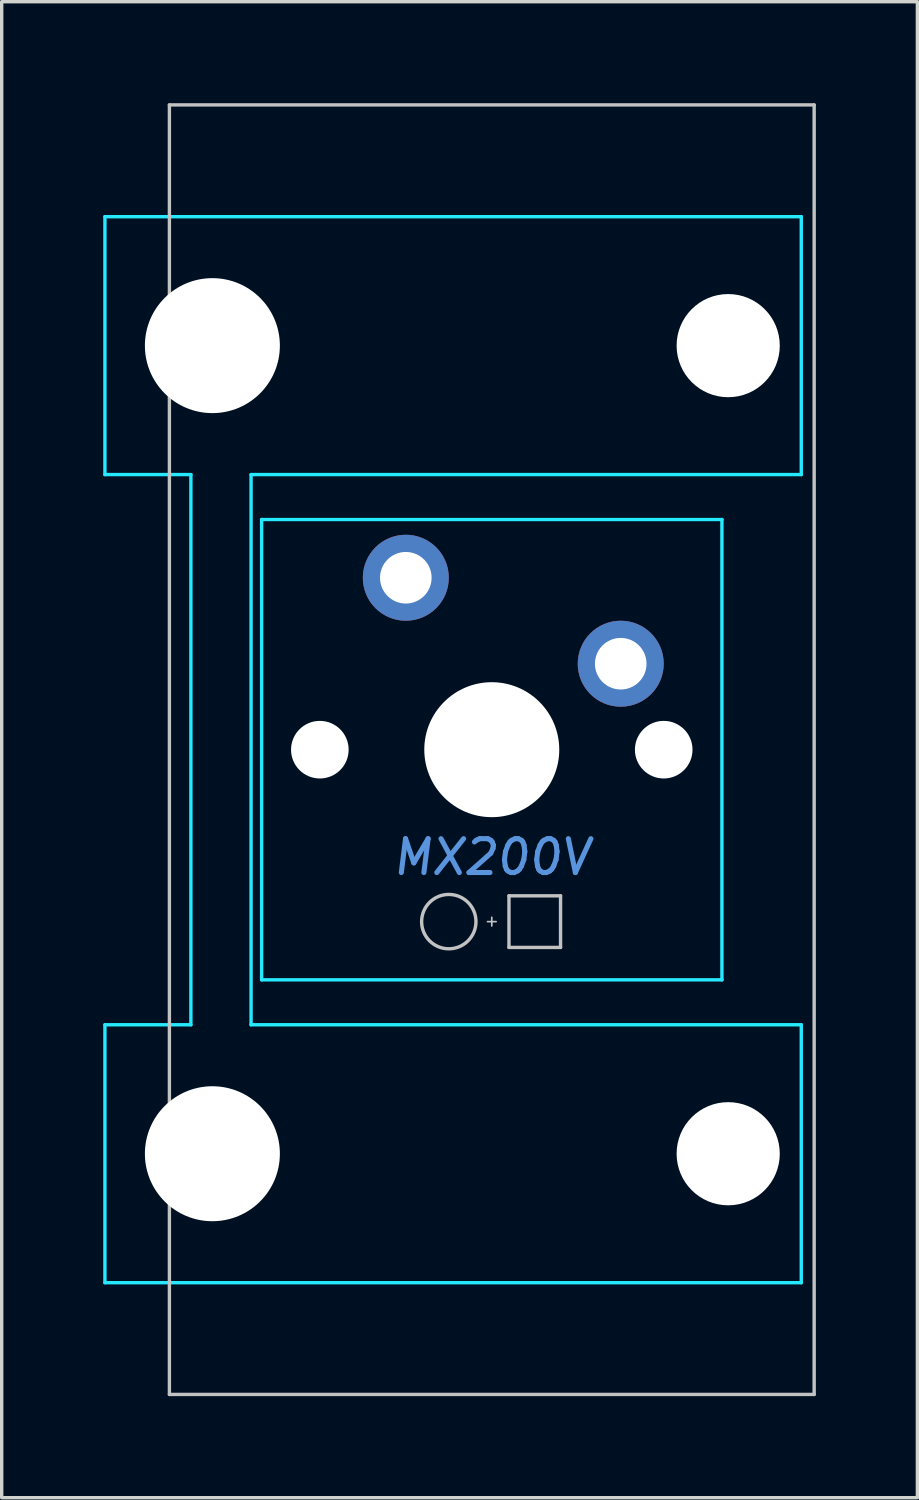
<source format=kicad_pcb>
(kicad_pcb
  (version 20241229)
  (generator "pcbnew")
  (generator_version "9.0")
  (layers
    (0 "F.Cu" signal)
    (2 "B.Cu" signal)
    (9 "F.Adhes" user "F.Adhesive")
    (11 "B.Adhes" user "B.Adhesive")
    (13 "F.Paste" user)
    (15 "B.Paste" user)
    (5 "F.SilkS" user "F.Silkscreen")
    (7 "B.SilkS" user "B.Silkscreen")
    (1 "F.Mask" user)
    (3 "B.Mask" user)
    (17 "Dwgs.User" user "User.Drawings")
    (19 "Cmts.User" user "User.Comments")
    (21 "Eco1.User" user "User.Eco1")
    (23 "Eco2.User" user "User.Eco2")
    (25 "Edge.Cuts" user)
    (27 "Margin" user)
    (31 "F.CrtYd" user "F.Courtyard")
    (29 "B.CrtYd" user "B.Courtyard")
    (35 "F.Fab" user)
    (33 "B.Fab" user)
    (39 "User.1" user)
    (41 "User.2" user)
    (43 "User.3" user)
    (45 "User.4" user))
  (footprint "MX200V"
    (layer "F.Cu")
    (at 11.48 19.1)
    (property "Reference" "MX200V" (at 0 3.175 0) (layer "Cmts.User") (effects (font (size 1 1) (thickness 0.15) (italic yes))))
    (attr through_hole)
    (fp_line (start -9.525 -19.05) (end -9.525 19.05) (stroke (width 0.1) (type solid)) (layer "Dwgs.User"))
    (fp_line (start -0.127 5.08) (end 0.127 5.08) (stroke (width 0.05) (type solid)) (layer "Dwgs.User"))
    (fp_line (start 0 5.207) (end 0 4.953) (stroke (width 0.05) (type solid)) (layer "Dwgs.User"))
    (fp_line (start 0.508 4.318) (end 0.508 5.842) (stroke (width 0.1) (type solid)) (layer "Dwgs.User"))
    (fp_line (start 0.508 4.318) (end 2.032 4.318) (stroke (width 0.1) (type solid)) (layer "Dwgs.User"))
    (fp_line (start 0.508 5.842) (end 2.032 5.842) (stroke (width 0.1) (type solid)) (layer "Dwgs.User"))
    (fp_line (start 2.032 5.842) (end 2.032 4.318) (stroke (width 0.1) (type solid)) (layer "Dwgs.User"))
    (fp_line (start 9.525 -19.05) (end -9.525 -19.05) (stroke (width 0.1) (type solid)) (layer "Dwgs.User"))
    (fp_line (start 9.525 -19.05) (end 9.525 19.05) (stroke (width 0.1) (type solid)) (layer "Dwgs.User"))
    (fp_line (start 9.525 19.05) (end -9.525 19.05) (stroke (width 0.1) (type solid)) (layer "Dwgs.User"))
    (fp_circle (center -1.27 5.08) (end -0.467 5.08) (stroke (width 0.1) (type solid)) (fill no) (layer "Dwgs.User"))
    (fp_line (start -7.772 -11.684) (end -7.772 -13.97) (stroke (width 0.1) (type solid)) (layer "Eco1.User"))
    (fp_line (start -7.772 11.684) (end -7.772 13.97) (stroke (width 0.1) (type solid)) (layer "Eco1.User"))
    (fp_line (start -7.391 -14.351) (end -6.985 -14.351) (stroke (width 0.1) (type solid)) (layer "Eco1.User"))
    (fp_line (start -7.391 14.351) (end -6.985 14.351) (stroke (width 0.1) (type solid)) (layer "Eco1.User"))
    (fp_line (start -6.985 -11.303) (end -7.391 -11.303) (stroke (width 0.1) (type solid)) (layer "Eco1.User"))
    (fp_line (start -6.985 11.303) (end -7.391 11.303) (stroke (width 0.1) (type solid)) (layer "Eco1.User"))
    (fp_line (start -6.985 6.604) (end -6.985 -6.604) (stroke (width 0.1) (type solid)) (layer "Eco1.User"))
    (fp_line (start -6.604 -14.732) (end -6.604 -15.773) (stroke (width 0.1) (type solid)) (layer "Eco1.User"))
    (fp_line (start -6.604 -9.881) (end -6.604 -10.922) (stroke (width 0.1) (type solid)) (layer "Eco1.User"))
    (fp_line (start -6.604 9.881) (end -6.604 10.922) (stroke (width 0.1) (type solid)) (layer "Eco1.User"))
    (fp_line (start -6.604 14.732) (end -6.604 15.773) (stroke (width 0.1) (type solid)) (layer "Eco1.User"))
    (fp_line (start -6.604 -6.985) (end -6.197 -6.985) (stroke (width 0.1) (type solid)) (layer "Eco1.User"))
    (fp_line (start -6.604 6.985) (end -6.197 6.985) (stroke (width 0.1) (type solid)) (layer "Eco1.User"))
    (fp_line (start -6.223 -16.154) (end 0.127 -16.154) (stroke (width 0.1) (type solid)) (layer "Eco1.User"))
    (fp_line (start -6.223 16.154) (end 0.127 16.154) (stroke (width 0.1) (type solid)) (layer "Eco1.User"))
    (fp_line (start -6.198 -9.5) (end -6.223 -9.5) (stroke (width 0.1) (type solid)) (layer "Eco1.User"))
    (fp_line (start -6.198 9.5) (end -6.223 9.5) (stroke (width 0.1) (type solid)) (layer "Eco1.User"))
    (fp_line (start -5.817 -7.366) (end -5.817 -9.119) (stroke (width 0.1) (type solid)) (layer "Eco1.User"))
    (fp_line (start -5.817 7.366) (end -5.817 9.119) (stroke (width 0.1) (type solid)) (layer "Eco1.User"))
    (fp_line (start 0 2.159) (end 0 -2.159) (stroke (width 0.1) (type solid)) (layer "Eco1.User"))
    (fp_line (start 0.508 -16.535) (end 0.508 -16.789) (stroke (width 0.1) (type solid)) (layer "Eco1.User"))
    (fp_line (start 0.508 16.535) (end 0.508 16.789) (stroke (width 0.1) (type solid)) (layer "Eco1.User"))
    (fp_line (start 0.889 -17.17) (end 2.921 -17.17) (stroke (width 0.1) (type solid)) (layer "Eco1.User"))
    (fp_line (start 0.889 17.17) (end 2.921 17.17) (stroke (width 0.1) (type solid)) (layer "Eco1.User"))
    (fp_line (start 2.159 0) (end -2.159 0) (stroke (width 0.1) (type solid)) (layer "Eco1.User"))
    (fp_line (start 3.302 -16.789) (end 3.302 -16.535) (stroke (width 0.1) (type solid)) (layer "Eco1.User"))
    (fp_line (start 3.302 16.789) (end 3.302 16.535) (stroke (width 0.1) (type solid)) (layer "Eco1.User"))
    (fp_line (start 3.683 -16.154) (end 5.309 -16.154) (stroke (width 0.1) (type solid)) (layer "Eco1.User"))
    (fp_line (start 3.683 16.154) (end 5.309 16.154) (stroke (width 0.1) (type solid)) (layer "Eco1.User"))
    (fp_line (start 4.877 -9.119) (end 4.877 -7.366) (stroke (width 0.1) (type solid)) (layer "Eco1.User"))
    (fp_line (start 4.877 9.119) (end 4.877 7.366) (stroke (width 0.1) (type solid)) (layer "Eco1.User"))
    (fp_line (start 5.258 -6.985) (end 6.604 -6.985) (stroke (width 0.1) (type solid)) (layer "Eco1.User"))
    (fp_line (start 5.258 6.985) (end 6.604 6.985) (stroke (width 0.1) (type solid)) (layer "Eco1.User"))
    (fp_line (start 5.309 -9.5) (end 5.258 -9.5) (stroke (width 0.1) (type solid)) (layer "Eco1.User"))
    (fp_line (start 5.309 9.5) (end 5.258 9.5) (stroke (width 0.1) (type solid)) (layer "Eco1.User"))
    (fp_line (start 5.69 -15.773) (end 5.69 -9.881) (stroke (width 0.1) (type solid)) (layer "Eco1.User"))
    (fp_line (start 5.69 15.773) (end 5.69 9.881) (stroke (width 0.1) (type solid)) (layer "Eco1.User"))
    (fp_line (start 6.985 -6.604) (end 6.985 6.604) (stroke (width 0.1) (type solid)) (layer "Eco1.User"))
    (fp_arc (start -7.7724 -13.97) (mid -7.660808 -14.239408) (end -7.3914 -14.351) (stroke (width 0.1) (type solid)) (layer "Eco1.User"))
    (fp_arc (start -7.7724 11.684) (mid -7.660808 11.414592) (end -7.3914 11.303) (stroke (width 0.1) (type solid)) (layer "Eco1.User"))
    (fp_arc (start -7.3914 -11.303) (mid -7.660808 -11.414592) (end -7.7724 -11.684) (stroke (width 0.1) (type solid)) (layer "Eco1.User"))
    (fp_arc (start -7.3914 14.351) (mid -7.660808 14.239408) (end -7.7724 13.97) (stroke (width 0.1) (type solid)) (layer "Eco1.User"))
    (fp_arc (start -6.985 -11.303) (mid -6.715592 -11.191408) (end -6.604 -10.922) (stroke (width 0.1) (type solid)) (layer "Eco1.User"))
    (fp_arc (start -6.985 -6.604) (mid -6.873408 -6.873408) (end -6.604 -6.985) (stroke (width 0.1) (type solid)) (layer "Eco1.User"))
    (fp_arc (start -6.985 14.351) (mid -6.715592 14.462592) (end -6.604 14.732) (stroke (width 0.1) (type solid)) (layer "Eco1.User"))
    (fp_arc (start -6.604 -15.7734) (mid -6.492408 -16.042808) (end -6.223 -16.1544) (stroke (width 0.1) (type solid)) (layer "Eco1.User"))
    (fp_arc (start -6.604 -14.732) (mid -6.715592 -14.462592) (end -6.985 -14.351) (stroke (width 0.1) (type solid)) (layer "Eco1.User"))
    (fp_arc (start -6.604 6.985) (mid -6.873408 6.873408) (end -6.985 6.604) (stroke (width 0.1) (type solid)) (layer "Eco1.User"))
    (fp_arc (start -6.604 9.8806) (mid -6.492408 9.611192) (end -6.223 9.4996) (stroke (width 0.1) (type solid)) (layer "Eco1.User"))
    (fp_arc (start -6.604 10.922) (mid -6.715592 11.191408) (end -6.985 11.303) (stroke (width 0.1) (type solid)) (layer "Eco1.User"))
    (fp_arc (start -6.223 -9.4996) (mid -6.492408 -9.611192) (end -6.604 -9.8806) (stroke (width 0.1) (type solid)) (layer "Eco1.User"))
    (fp_arc (start -6.223 16.1544) (mid -6.492408 16.042808) (end -6.604 15.7734) (stroke (width 0.1) (type solid)) (layer "Eco1.User"))
    (fp_arc (start -6.1976 -9.4996) (mid -5.928192 -9.388008) (end -5.8166 -9.1186) (stroke (width 0.1) (type solid)) (layer "Eco1.User"))
    (fp_arc (start -6.1976 6.985) (mid -5.928192 7.096592) (end -5.8166 7.366) (stroke (width 0.1) (type solid)) (layer "Eco1.User"))
    (fp_arc (start -5.8166 -7.366) (mid -5.928192 -7.096592) (end -6.1976 -6.985) (stroke (width 0.1) (type solid)) (layer "Eco1.User"))
    (fp_arc (start -5.8166 9.1186) (mid -5.928192 9.388008) (end -6.1976 9.4996) (stroke (width 0.1) (type solid)) (layer "Eco1.User"))
    (fp_arc (start 0.127 16.1544) (mid 0.396408 16.265992) (end 0.508 16.5354) (stroke (width 0.1) (type solid)) (layer "Eco1.User"))
    (fp_arc (start 0.508 -16.7894) (mid 0.619592 -17.058808) (end 0.889 -17.1704) (stroke (width 0.1) (type solid)) (layer "Eco1.User"))
    (fp_arc (start 0.508 -16.5354) (mid 0.396408 -16.265992) (end 0.127 -16.1544) (stroke (width 0.1) (type solid)) (layer "Eco1.User"))
    (fp_arc (start 0.889 17.1704) (mid 0.619592 17.058808) (end 0.508 16.7894) (stroke (width 0.1) (type solid)) (layer "Eco1.User"))
    (fp_arc (start 2.921 -17.1704) (mid 3.190408 -17.058808) (end 3.302 -16.7894) (stroke (width 0.1) (type solid)) (layer "Eco1.User"))
    (fp_arc (start 3.302 16.5354) (mid 3.413592 16.265992) (end 3.683 16.1544) (stroke (width 0.1) (type solid)) (layer "Eco1.User"))
    (fp_arc (start 3.302 16.7894) (mid 3.190408 17.058808) (end 2.921 17.1704) (stroke (width 0.1) (type solid)) (layer "Eco1.User"))
    (fp_arc (start 3.683 -16.1544) (mid 3.413592 -16.265992) (end 3.302 -16.5354) (stroke (width 0.1) (type solid)) (layer "Eco1.User"))
    (fp_arc (start 4.8768 -9.1186) (mid 4.988392 -9.388008) (end 5.2578 -9.4996) (stroke (width 0.1) (type solid)) (layer "Eco1.User"))
    (fp_arc (start 4.8768 7.366) (mid 4.988392 7.096592) (end 5.2578 6.985) (stroke (width 0.1) (type solid)) (layer "Eco1.User"))
    (fp_arc (start 5.2578 -6.985) (mid 4.988392 -7.096592) (end 4.8768 -7.366) (stroke (width 0.1) (type solid)) (layer "Eco1.User"))
    (fp_arc (start 5.2578 9.4996) (mid 4.988392 9.388008) (end 4.8768 9.1186) (stroke (width 0.1) (type solid)) (layer "Eco1.User"))
    (fp_arc (start 5.3086 -16.1544) (mid 5.578008 -16.042808) (end 5.6896 -15.7734) (stroke (width 0.1) (type solid)) (layer "Eco1.User"))
    (fp_arc (start 5.3086 9.4996) (mid 5.578008 9.611192) (end 5.6896 9.8806) (stroke (width 0.1) (type solid)) (layer "Eco1.User"))
    (fp_arc (start 5.6896 -9.8806) (mid 5.578008 -9.611192) (end 5.3086 -9.4996) (stroke (width 0.1) (type solid)) (layer "Eco1.User"))
    (fp_arc (start 5.6896 15.7734) (mid 5.578008 16.042808) (end 5.3086 16.1544) (stroke (width 0.1) (type solid)) (layer "Eco1.User"))
    (fp_arc (start 6.604 -6.985) (mid 6.873408 -6.873408) (end 6.985 -6.604) (stroke (width 0.1) (type solid)) (layer "Eco1.User"))
    (fp_arc (start 6.985 6.604) (mid 6.873408 6.873408) (end 6.604 6.985) (stroke (width 0.1) (type solid)) (layer "Eco1.User"))
    (fp_circle (center 0 0) (end 0 1.994) (stroke (width 0.1) (type solid)) (fill no) (layer "Eco1.User"))
    (fp_line (start -11.43 -15.748) (end 9.144 -15.748) (stroke (width 0.1) (type solid)) (layer "B.CrtYd"))
    (fp_line (start -11.43 -8.128) (end -11.43 -15.748) (stroke (width 0.1) (type solid)) (layer "B.CrtYd"))
    (fp_line (start -11.43 -8.128) (end -8.89 -8.128) (stroke (width 0.1) (type solid)) (layer "B.CrtYd"))
    (fp_line (start -11.43 8.128) (end -8.89 8.128) (stroke (width 0.1) (type solid)) (layer "B.CrtYd"))
    (fp_line (start -11.43 15.748) (end -11.43 8.128) (stroke (width 0.1) (type solid)) (layer "B.CrtYd"))
    (fp_line (start -8.89 -8.128) (end -8.89 8.128) (stroke (width 0.1) (type solid)) (layer "B.CrtYd"))
    (fp_line (start -7.112 -8.128) (end -7.112 8.128) (stroke (width 0.1) (type solid)) (layer "B.CrtYd"))
    (fp_line (start -6.8 6.8) (end -6.8 -6.8) (stroke (width 0.1) (type solid)) (layer "B.CrtYd"))
    (fp_line (start 6.8 -6.8) (end -6.8 -6.8) (stroke (width 0.1) (type solid)) (layer "B.CrtYd"))
    (fp_line (start 6.8 6.8) (end -6.8 6.8) (stroke (width 0.1) (type solid)) (layer "B.CrtYd"))
    (fp_line (start 6.8 6.8) (end 6.8 -6.8) (stroke (width 0.1) (type solid)) (layer "B.CrtYd"))
    (fp_line (start 9.144 -15.748) (end 9.144 -8.128) (stroke (width 0.1) (type solid)) (layer "B.CrtYd"))
    (fp_line (start 9.144 -8.128) (end -7.112 -8.128) (stroke (width 0.1) (type solid)) (layer "B.CrtYd"))
    (fp_line (start 9.144 8.128) (end -7.112 8.128) (stroke (width 0.1) (type solid)) (layer "B.CrtYd"))
    (fp_line (start 9.144 8.128) (end 9.144 15.748) (stroke (width 0.1) (type solid)) (layer "B.CrtYd"))
    (fp_line (start 9.144 15.748) (end -11.43 15.748) (stroke (width 0.1) (type solid)) (layer "B.CrtYd"))
    (pad "" np_thru_hole circle (at -8.255 -11.938 270) (size 3.988 3.988) (drill 3.988) (layers "*.Cu" "*.Mask"))
    (pad "" np_thru_hole circle (at -8.255 11.938 270) (size 3.988 3.988) (drill 3.988) (layers "*.Cu" "*.Mask"))
    (pad "" np_thru_hole circle (at -5.08 0) (size 1.702 1.702) (drill 1.702) (layers "*.Cu" "*.Mask"))
    (pad "" np_thru_hole circle (at 0 0) (size 3.988 3.988) (drill 3.988) (layers "*.Cu" "*.Mask"))
    (pad "" np_thru_hole circle (at 5.08 0) (size 1.702 1.702) (drill 1.702) (layers "*.Cu" "*.Mask"))
    (pad "" np_thru_hole circle (at 6.985 -11.938 270) (size 3.048 3.048) (drill 3.048) (layers "*.Cu" "*.Mask"))
    (pad "" np_thru_hole circle (at 6.985 11.938 270) (size 3.048 3.048) (drill 3.048) (layers "*.Cu" "*.Mask"))
    (pad "1" thru_hole circle (at -2.54 -5.08) (size 2.54 2.54) (drill 1.524) (layers "*.Cu" "*.Mask"))
    (pad "2" thru_hole circle (at 3.81 -2.54) (size 2.54 2.54) (drill 1.524) (layers "*.Cu" "*.Mask")))
  (gr_rect
    (start -3 -3)
    (end 24.055 41.2)
    (stroke (width 0.1) (type default))
    (fill no)
    (layer "Edge.Cuts")))
</source>
